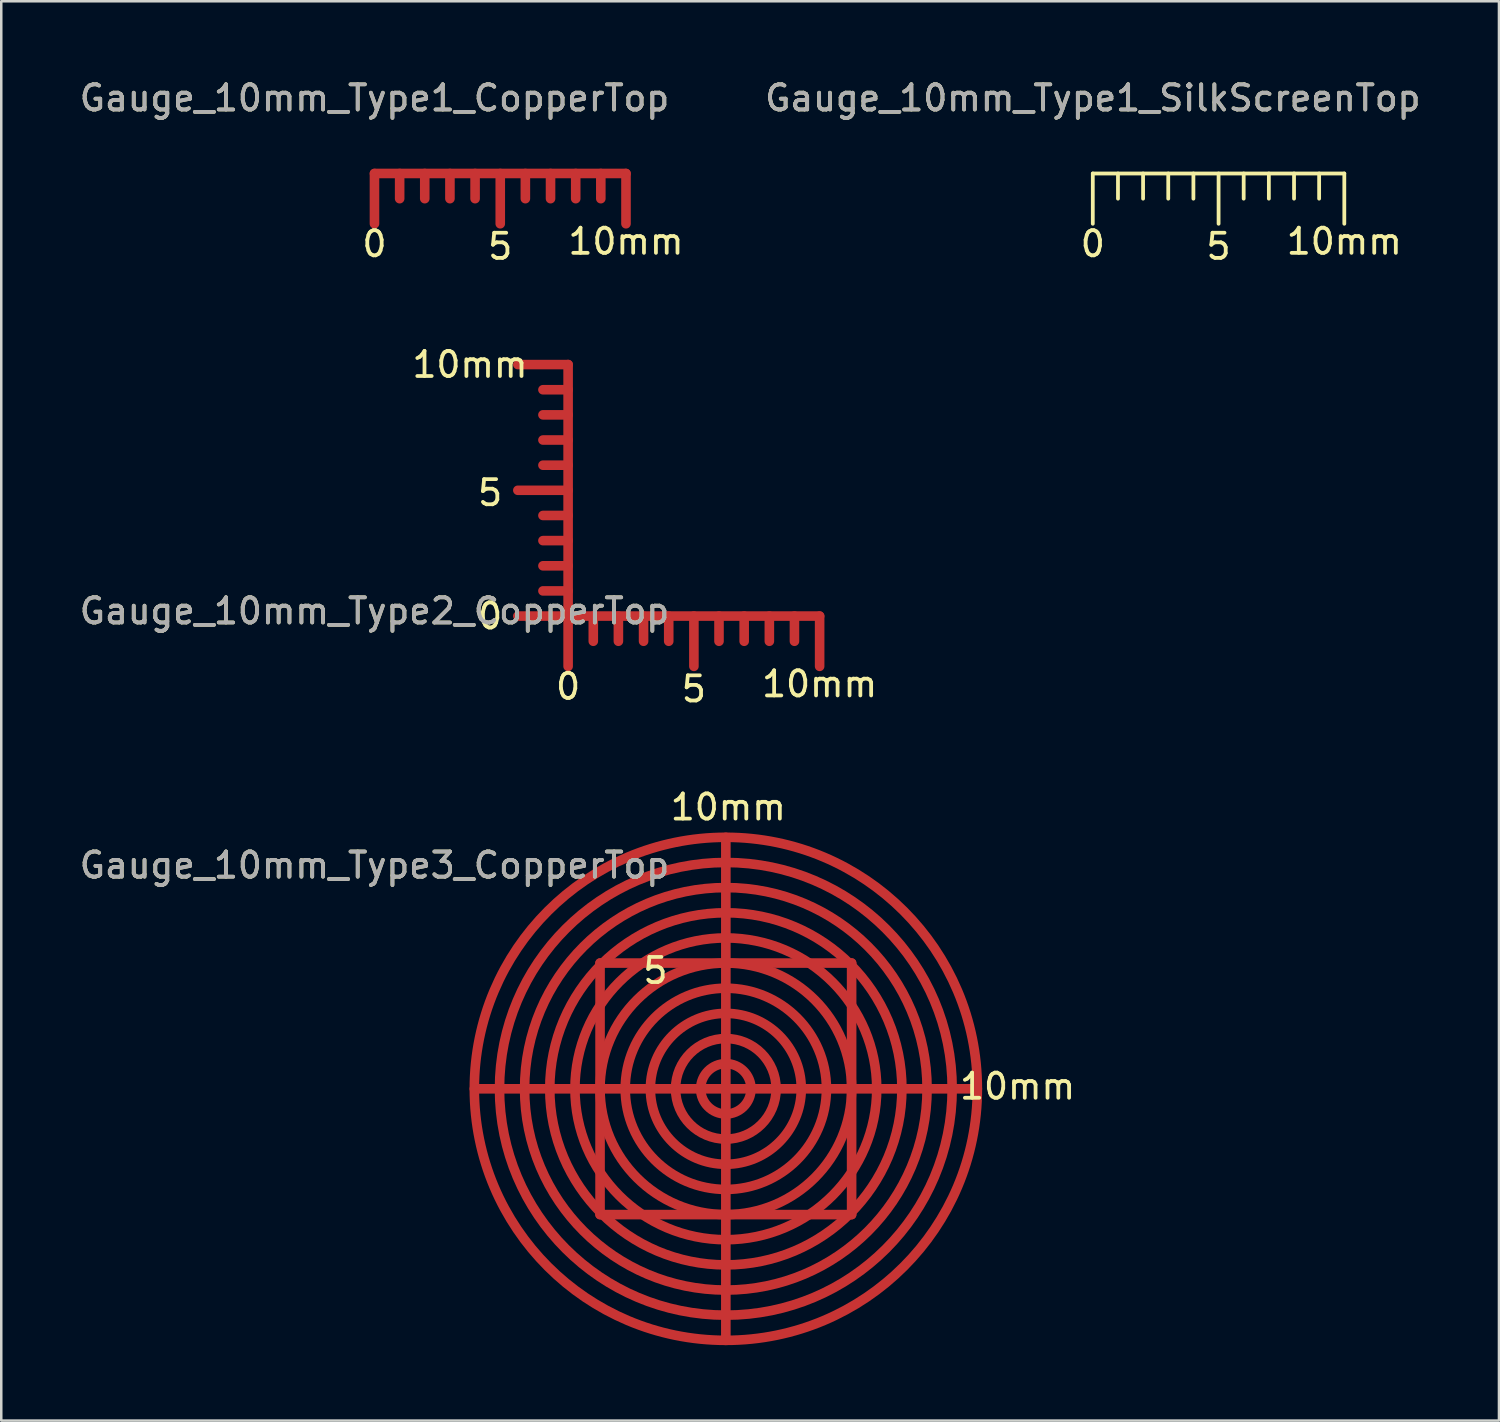
<source format=kicad_pcb>
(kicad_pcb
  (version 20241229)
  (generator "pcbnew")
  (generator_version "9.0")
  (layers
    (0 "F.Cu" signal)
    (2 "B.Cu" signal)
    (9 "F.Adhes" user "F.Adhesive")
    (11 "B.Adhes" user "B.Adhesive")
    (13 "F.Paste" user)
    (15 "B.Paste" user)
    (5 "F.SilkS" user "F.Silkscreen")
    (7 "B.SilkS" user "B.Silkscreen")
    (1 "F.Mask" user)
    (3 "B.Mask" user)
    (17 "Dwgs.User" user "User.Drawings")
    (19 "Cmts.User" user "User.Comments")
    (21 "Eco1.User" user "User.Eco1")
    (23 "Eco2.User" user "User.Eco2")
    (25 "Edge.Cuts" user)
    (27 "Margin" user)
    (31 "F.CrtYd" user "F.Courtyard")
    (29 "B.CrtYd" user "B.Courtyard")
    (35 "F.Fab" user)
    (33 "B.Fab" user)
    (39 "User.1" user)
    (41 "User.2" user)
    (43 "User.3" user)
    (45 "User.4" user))
  (footprint "Gauge_10mm_Type1_CopperTop"
    (layer "F.Cu")
    (at 11.839 3.848)
    (property "Reference" "Gauge_10mm_Type1_CopperTop" (at 0 -3 0) (layer "F.SilkS") (effects (font (size 1 1) (thickness 0.15))))
    (attr exclude_from_pos_files exclude_from_bom)
    (fp_line (start 0 0) (end 0 1.999) (stroke (width 0.381) (type solid)) (layer "F.Cu"))
    (fp_line (start 0 0) (end 10 0) (stroke (width 0.381) (type solid)) (layer "F.Cu"))
    (fp_line (start 1.001 0) (end 1.001 1.001) (stroke (width 0.381) (type solid)) (layer "F.Cu"))
    (fp_line (start 1.999 0) (end 1.999 1.001) (stroke (width 0.381) (type solid)) (layer "F.Cu"))
    (fp_line (start 3 0) (end 3 1.001) (stroke (width 0.381) (type solid)) (layer "F.Cu"))
    (fp_line (start 4 0) (end 4 1.001) (stroke (width 0.381) (type solid)) (layer "F.Cu"))
    (fp_line (start 5.001 0) (end 5.001 1.999) (stroke (width 0.381) (type solid)) (layer "F.Cu"))
    (fp_line (start 5.999 0) (end 5.999 1.001) (stroke (width 0.381) (type solid)) (layer "F.Cu"))
    (fp_line (start 7 0) (end 7 1.001) (stroke (width 0.381) (type solid)) (layer "F.Cu"))
    (fp_line (start 8.001 0) (end 8.001 1.001) (stroke (width 0.381) (type solid)) (layer "F.Cu"))
    (fp_line (start 8.999 0) (end 8.999 1.001) (stroke (width 0.381) (type solid)) (layer "F.Cu"))
    (fp_line (start 10 0) (end 10 1.999) (stroke (width 0.381) (type solid)) (layer "F.Cu"))
    (fp_text user "10mm" (at 10 2.7 0) (layer "F.SilkS") (effects (font (size 1 1) (thickness 0.15))))
    (fp_text user "0" (at 0 2.799 0) (layer "F.SilkS") (effects (font (size 1 1) (thickness 0.15))))
    (fp_text user "5" (at 4.999 2.901 0) (layer "F.SilkS") (effects (font (size 1 1) (thickness 0.15))))
    (fp_text user "${REFERENCE}" (at 0 -3 0) (layer "F.Fab") (effects (font (size 1 1) (thickness 0.15)))))
  (footprint "Gauge_10mm_Type2_CopperTop"
    (layer "F.Cu")
    (at 19.538 21.445)
    (property "Reference" "Gauge_10mm_Type2_CopperTop" (at -7.699 -0.201 0) (layer "F.SilkS") (effects (font (size 1 1) (thickness 0.15))))
    (attr exclude_from_pos_files exclude_from_bom)
    (fp_line (start 0 -10) (end -1.999 -10) (stroke (width 0.381) (type solid)) (layer "F.Cu"))
    (fp_line (start 0 -8.999) (end -1.001 -8.999) (stroke (width 0.381) (type solid)) (layer "F.Cu"))
    (fp_line (start 0 -8.001) (end -1.001 -8.001) (stroke (width 0.381) (type solid)) (layer "F.Cu"))
    (fp_line (start 0 -7) (end -1.001 -7) (stroke (width 0.381) (type solid)) (layer "F.Cu"))
    (fp_line (start 0 -5.999) (end -1.001 -5.999) (stroke (width 0.381) (type solid)) (layer "F.Cu"))
    (fp_line (start 0 -5.001) (end -1.999 -5.001) (stroke (width 0.381) (type solid)) (layer "F.Cu"))
    (fp_line (start 0 -4) (end -1.001 -4) (stroke (width 0.381) (type solid)) (layer "F.Cu"))
    (fp_line (start 0 -3) (end -1.001 -3) (stroke (width 0.381) (type solid)) (layer "F.Cu"))
    (fp_line (start 0 -1.999) (end -1.001 -1.999) (stroke (width 0.381) (type solid)) (layer "F.Cu"))
    (fp_line (start 0 -1.001) (end -1.001 -1.001) (stroke (width 0.381) (type solid)) (layer "F.Cu"))
    (fp_line (start 0 0) (end -1.999 0) (stroke (width 0.381) (type solid)) (layer "F.Cu"))
    (fp_line (start 0 0) (end 0 -10) (stroke (width 0.381) (type solid)) (layer "F.Cu"))
    (fp_line (start 0 0) (end 0 1.999) (stroke (width 0.381) (type solid)) (layer "F.Cu"))
    (fp_line (start 0 0) (end 10 0) (stroke (width 0.381) (type solid)) (layer "F.Cu"))
    (fp_line (start 1.001 0) (end 1.001 1.001) (stroke (width 0.381) (type solid)) (layer "F.Cu"))
    (fp_line (start 1.999 0) (end 1.999 1.001) (stroke (width 0.381) (type solid)) (layer "F.Cu"))
    (fp_line (start 3 0) (end 3 1.001) (stroke (width 0.381) (type solid)) (layer "F.Cu"))
    (fp_line (start 4 0) (end 4 1.001) (stroke (width 0.381) (type solid)) (layer "F.Cu"))
    (fp_line (start 5.001 0) (end 5.001 1.999) (stroke (width 0.381) (type solid)) (layer "F.Cu"))
    (fp_line (start 5.999 0) (end 5.999 1.001) (stroke (width 0.381) (type solid)) (layer "F.Cu"))
    (fp_line (start 7 0) (end 7 1.001) (stroke (width 0.381) (type solid)) (layer "F.Cu"))
    (fp_line (start 8.001 0) (end 8.001 1.001) (stroke (width 0.381) (type solid)) (layer "F.Cu"))
    (fp_line (start 8.999 0) (end 8.999 1.001) (stroke (width 0.381) (type solid)) (layer "F.Cu"))
    (fp_line (start 10 0) (end 10 1.999) (stroke (width 0.381) (type solid)) (layer "F.Cu"))
    (fp_text user "10mm" (at 10 2.7 0) (layer "F.SilkS") (effects (font (size 1 1) (thickness 0.15))))
    (fp_text user "5" (at 4.999 2.901 0) (layer "F.SilkS") (effects (font (size 1 1) (thickness 0.15))))
    (fp_text user "0" (at 0 2.799 0) (layer "F.SilkS") (effects (font (size 1 1) (thickness 0.15))))
    (fp_text user "0" (at -3.101 0 0) (layer "F.SilkS") (effects (font (size 1 1) (thickness 0.15))))
    (fp_text user "5" (at -3.101 -4.9 0) (layer "F.SilkS") (effects (font (size 1 1) (thickness 0.15))))
    (fp_text user "10mm" (at -3.901 -10 0) (layer "F.SilkS") (effects (font (size 1 1) (thickness 0.15))))
    (fp_text user "${REFERENCE}" (at -7.699 -0.201 0) (layer "F.Fab") (effects (font (size 1 1) (thickness 0.15)))))
  (footprint "Gauge_10mm_Type1_SilkScreenTop"
    (layer "F.Cu")
    (at 40.399 3.848)
    (property "Reference" "Gauge_10mm_Type1_SilkScreenTop" (at 0 -3 0) (layer "F.SilkS") (effects (font (size 1 1) (thickness 0.15))))
    (attr exclude_from_pos_files exclude_from_bom)
    (fp_line (start 0 0) (end 0 1.999) (stroke (width 0.15) (type solid)) (layer "F.SilkS"))
    (fp_line (start 0 0) (end 10 0) (stroke (width 0.15) (type solid)) (layer "F.SilkS"))
    (fp_line (start 1.001 0) (end 1.001 1.001) (stroke (width 0.15) (type solid)) (layer "F.SilkS"))
    (fp_line (start 1.999 0) (end 1.999 1.001) (stroke (width 0.15) (type solid)) (layer "F.SilkS"))
    (fp_line (start 3 0) (end 3 1.001) (stroke (width 0.15) (type solid)) (layer "F.SilkS"))
    (fp_line (start 4 0) (end 4 1.001) (stroke (width 0.15) (type solid)) (layer "F.SilkS"))
    (fp_line (start 5.001 0) (end 5.001 1.999) (stroke (width 0.15) (type solid)) (layer "F.SilkS"))
    (fp_line (start 5.999 0) (end 5.999 1.001) (stroke (width 0.15) (type solid)) (layer "F.SilkS"))
    (fp_line (start 7 0) (end 7 1.001) (stroke (width 0.15) (type solid)) (layer "F.SilkS"))
    (fp_line (start 8.001 0) (end 8.001 1.001) (stroke (width 0.15) (type solid)) (layer "F.SilkS"))
    (fp_line (start 8.999 0) (end 8.999 1.001) (stroke (width 0.15) (type solid)) (layer "F.SilkS"))
    (fp_line (start 10 0) (end 10 1.999) (stroke (width 0.15) (type solid)) (layer "F.SilkS"))
    (fp_text user "0" (at 0 2.799 0) (layer "F.SilkS") (effects (font (size 1 1) (thickness 0.15))))
    (fp_text user "10mm" (at 10 2.7 0) (layer "F.SilkS") (effects (font (size 1 1) (thickness 0.15))))
    (fp_text user "5" (at 4.999 2.901 0) (layer "F.SilkS") (effects (font (size 1 1) (thickness 0.15))))
    (fp_text user "${REFERENCE}" (at 0 -3 0) (layer "F.Fab") (effects (font (size 1 1) (thickness 0.15)))))
  (footprint "Gauge_10mm_Type3_CopperTop"
    (layer "F.Cu")
    (at 25.809 40.241)
    (property "Reference" "Gauge_10mm_Type3_CopperTop" (at -13.97 -8.89 0) (layer "F.SilkS") (effects (font (size 1 1) (thickness 0.15))))
    (attr exclude_from_pos_files exclude_from_bom)
    (fp_line (start -5.001 -5.001) (end -5.001 0) (stroke (width 0.381) (type solid)) (layer "F.Cu"))
    (fp_line (start -5.001 5.001) (end -5.001 0) (stroke (width 0.381) (type solid)) (layer "F.Cu"))
    (fp_line (start -1.999 0) (end -10 0) (stroke (width 0.381) (type solid)) (layer "F.Cu"))
    (fp_line (start 0 -5.001) (end -5.001 -5.001) (stroke (width 0.381) (type solid)) (layer "F.Cu"))
    (fp_line (start 0 -5.001) (end 5.001 -5.001) (stroke (width 0.381) (type solid)) (layer "F.Cu"))
    (fp_line (start 0 0) (end -1.999 0) (stroke (width 0.381) (type solid)) (layer "F.Cu"))
    (fp_line (start 0 0) (end 0 -10) (stroke (width 0.381) (type solid)) (layer "F.Cu"))
    (fp_line (start 0 0) (end 0 1.999) (stroke (width 0.381) (type solid)) (layer "F.Cu"))
    (fp_line (start 0 0) (end 10 0) (stroke (width 0.381) (type solid)) (layer "F.Cu"))
    (fp_line (start 0 1.999) (end 0 10) (stroke (width 0.381) (type solid)) (layer "F.Cu"))
    (fp_line (start 0 5.001) (end -5.001 5.001) (stroke (width 0.381) (type solid)) (layer "F.Cu"))
    (fp_line (start 5.001 -5.001) (end 5.001 0) (stroke (width 0.381) (type solid)) (layer "F.Cu"))
    (fp_line (start 5.001 0) (end 5.001 5.001) (stroke (width 0.381) (type solid)) (layer "F.Cu"))
    (fp_line (start 5.001 5.001) (end 0 5.001) (stroke (width 0.381) (type solid)) (layer "F.Cu"))
    (fp_circle (center 0 0) (end 0 -8.999) (stroke (width 0.381) (type solid)) (fill no) (layer "F.Cu"))
    (fp_circle (center 0 0) (end 0 -8.001) (stroke (width 0.381) (type solid)) (fill no) (layer "F.Cu"))
    (fp_circle (center 0 0) (end 0 -7) (stroke (width 0.381) (type solid)) (fill no) (layer "F.Cu"))
    (fp_circle (center 0 0) (end 0 -5.999) (stroke (width 0.381) (type solid)) (fill no) (layer "F.Cu"))
    (fp_circle (center 0 0) (end 0 -4) (stroke (width 0.381) (type solid)) (fill no) (layer "F.Cu"))
    (fp_circle (center 0 0) (end 0 -3) (stroke (width 0.381) (type solid)) (fill no) (layer "F.Cu"))
    (fp_circle (center 0 0) (end 0 -1.999) (stroke (width 0.381) (type solid)) (fill no) (layer "F.Cu"))
    (fp_circle (center 0 0) (end 0 -1.001) (stroke (width 0.381) (type solid)) (fill no) (layer "F.Cu"))
    (fp_circle (center 0 0) (end 5.001 0) (stroke (width 0.381) (type solid)) (fill no) (layer "F.Cu"))
    (fp_circle (center 0 0) (end 10 0) (stroke (width 0.381) (type solid)) (fill no) (layer "F.Cu"))
    (fp_text user "5" (at -2.799 -4.699 0) (layer "F.SilkS") (effects (font (size 1 1) (thickness 0.15))))
    (fp_text user "10mm" (at 0.099 -11.199 0) (layer "F.SilkS") (effects (font (size 1 1) (thickness 0.15))))
    (fp_text user "10mm" (at 11.6 -0.099 0) (layer "F.SilkS") (effects (font (size 1 1) (thickness 0.15))))
    (fp_text user "${REFERENCE}" (at -13.97 -8.89 0) (layer "F.Fab") (effects (font (size 1 1) (thickness 0.15)))))
  (gr_rect
    (start -3 -3)
    (end 56.548 53.432)
    (stroke (width 0.1) (type default))
    (fill no)
    (layer "Edge.Cuts")))
</source>
